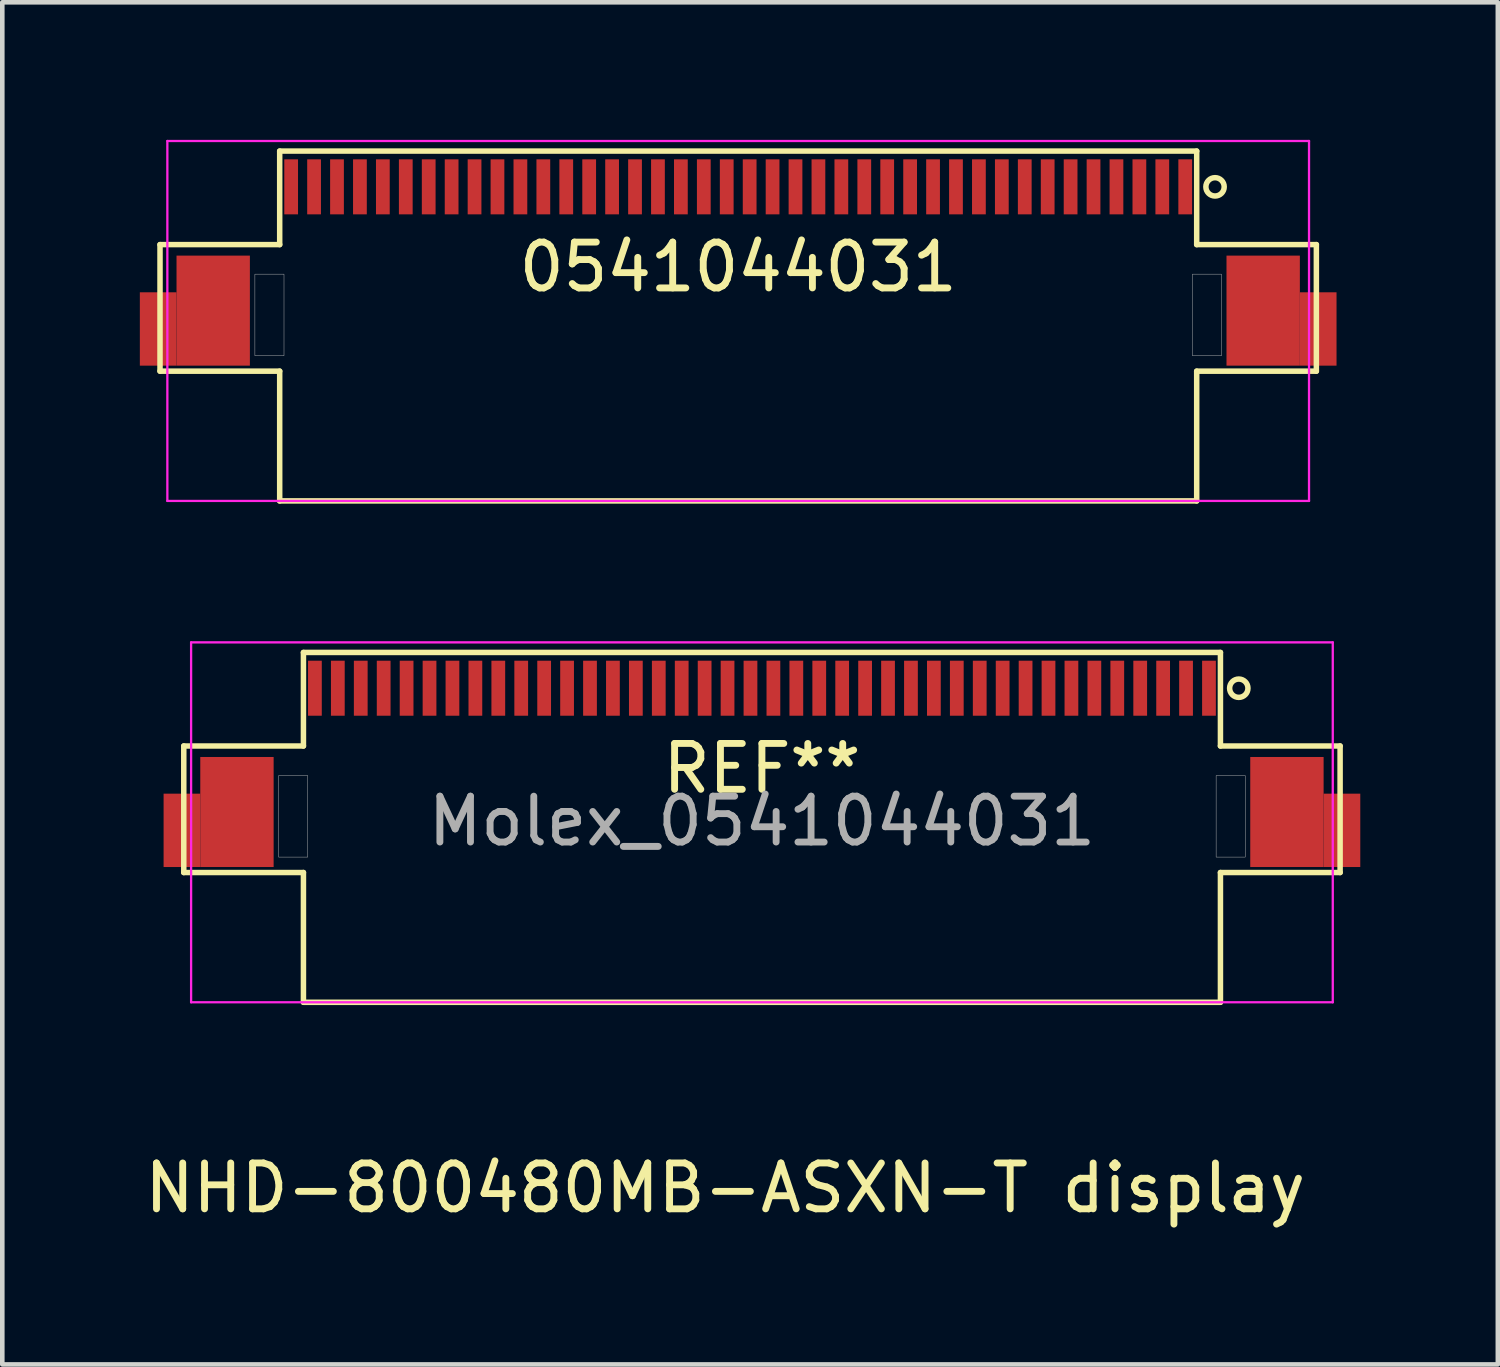
<source format=kicad_pcb>
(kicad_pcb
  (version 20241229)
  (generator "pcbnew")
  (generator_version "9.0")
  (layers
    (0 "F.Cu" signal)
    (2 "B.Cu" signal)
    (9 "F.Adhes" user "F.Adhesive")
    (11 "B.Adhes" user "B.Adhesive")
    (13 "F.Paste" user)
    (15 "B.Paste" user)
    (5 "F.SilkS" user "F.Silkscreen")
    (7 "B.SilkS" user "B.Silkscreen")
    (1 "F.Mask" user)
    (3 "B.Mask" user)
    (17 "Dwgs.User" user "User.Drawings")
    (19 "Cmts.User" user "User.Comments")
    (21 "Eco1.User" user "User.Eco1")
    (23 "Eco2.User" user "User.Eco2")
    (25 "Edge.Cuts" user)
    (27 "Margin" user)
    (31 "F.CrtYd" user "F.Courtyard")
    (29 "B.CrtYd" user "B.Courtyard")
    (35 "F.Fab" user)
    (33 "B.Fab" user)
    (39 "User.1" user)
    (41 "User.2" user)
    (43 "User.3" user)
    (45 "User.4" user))
  (footprint "NHD-800480MB-ASXN-T display"
    (layer "F.Cu")
    (at 12.768 22.36)
    (property "Reference" "NHD-800480MB-ASXN-T display" (at 0 0.5 0) (layer "F.SilkS") (effects (font (size 1 1) (thickness 0.15))))
    (attr through_hole)
    (fp_line (start -11.81 -9.14) (end -9.2 -9.14) (stroke (width 0.12) (type solid)) (layer "F.SilkS"))
    (fp_line (start -11.81 -6.38) (end -11.81 -9.14) (stroke (width 0.12) (type solid)) (layer "F.SilkS"))
    (fp_line (start -9.2 -11.18) (end 10.8 -11.18) (stroke (width 0.12) (type solid)) (layer "F.SilkS"))
    (fp_line (start -9.2 -9.14) (end -9.2 -11.18) (stroke (width 0.12) (type solid)) (layer "F.SilkS"))
    (fp_line (start -9.2 -6.38) (end -11.81 -6.38) (stroke (width 0.12) (type solid)) (layer "F.SilkS"))
    (fp_line (start -9.2 -3.55) (end -9.2 -6.38) (stroke (width 0.12) (type solid)) (layer "F.SilkS"))
    (fp_line (start -9.2 -3.55) (end 10.8 -3.55) (stroke (width 0.12) (type solid)) (layer "F.SilkS"))
    (fp_line (start 10.8 -9.14) (end 10.8 -11.18) (stroke (width 0.12) (type solid)) (layer "F.SilkS"))
    (fp_line (start 10.8 -6.38) (end 13.41 -6.38) (stroke (width 0.12) (type solid)) (layer "F.SilkS"))
    (fp_line (start 10.8 -3.55) (end 10.8 -6.38) (stroke (width 0.12) (type solid)) (layer "F.SilkS"))
    (fp_line (start 13.41 -9.14) (end 10.8 -9.14) (stroke (width 0.12) (type solid)) (layer "F.SilkS"))
    (fp_line (start 13.41 -6.38) (end 13.41 -9.14) (stroke (width 0.12) (type solid)) (layer "F.SilkS"))
    (fp_circle (center 11.2 -10.4) (end 11.4 -10.4) (stroke (width 0.12) (type solid)) (fill no) (layer "F.SilkS"))
    (fp_line (start -11.65 -11.4) (end -11.65 -3.55) (stroke (width 0.05) (type solid)) (layer "F.CrtYd"))
    (fp_line (start -11.65 -11.4) (end 13.25 -11.4) (stroke (width 0.05) (type solid)) (layer "F.CrtYd"))
    (fp_line (start -11.65 -3.55) (end 13.25 -3.55) (stroke (width 0.05) (type solid)) (layer "F.CrtYd"))
    (fp_line (start 13.25 -11.4) (end 13.25 -3.55) (stroke (width 0.05) (type solid)) (layer "F.CrtYd"))
    (fp_poly (pts (xy -9.106 -6.717) (xy -9.741 -6.717) (xy -9.741 -8.495) (xy -9.106 -8.495)) (stroke (width 0.01) (type solid)) (fill no) (layer "F.Fab"))
    (fp_poly (pts (xy 11.341 -6.717) (xy 10.706 -6.717) (xy 10.706 -8.495) (xy 11.341 -8.495)) (stroke (width 0.01) (type solid)) (fill no) (layer "F.Fab"))
    (fp_text user "REF**" (at 0.8 -8.65 0) (layer "F.SilkS") (effects (font (size 1 1) (thickness 0.15))))
    (fp_text user "Molex_0541044031" (at 0.8 -7.5 0) (layer "F.Fab") (effects (font (size 1 1) (thickness 0.15))))
    (pad "0" smd rect (at -11.85 -7.3) (size 0.8 1.6) (layers "F.Cu" "F.Mask" "F.Paste"))
    (pad "0" smd rect (at -10.65 -7.7) (size 1.6 2.4) (layers "F.Cu" "F.Mask" "F.Paste"))
    (pad "0" smd rect (at 12.25 -7.7) (size 1.6 2.4) (layers "F.Cu" "F.Mask" "F.Paste"))
    (pad "0" smd rect (at 13.45 -7.3) (size 0.8 1.6) (layers "F.Cu" "F.Mask" "F.Paste"))
    (pad "1" smd rect (at 10.55 -10.4 180) (size 0.3 1.2) (layers "F.Cu" "F.Mask" "F.Paste"))
    (pad "2" smd rect (at 10.05 -10.4 180) (size 0.3 1.2) (layers "F.Cu" "F.Mask" "F.Paste"))
    (pad "3" smd rect (at 9.55 -10.4 180) (size 0.3 1.2) (layers "F.Cu" "F.Mask" "F.Paste"))
    (pad "4" smd rect (at 9.05 -10.4 180) (size 0.3 1.2) (layers "F.Cu" "F.Mask" "F.Paste"))
    (pad "5" smd rect (at 8.55 -10.4 180) (size 0.3 1.2) (layers "F.Cu" "F.Mask" "F.Paste"))
    (pad "6" smd rect (at 8.05 -10.4 180) (size 0.3 1.2) (layers "F.Cu" "F.Mask" "F.Paste"))
    (pad "7" smd rect (at 7.55 -10.4 180) (size 0.3 1.2) (layers "F.Cu" "F.Mask" "F.Paste"))
    (pad "8" smd rect (at 7.05 -10.4 180) (size 0.3 1.2) (layers "F.Cu" "F.Mask" "F.Paste"))
    (pad "9" smd rect (at 6.55 -10.4 180) (size 0.3 1.2) (layers "F.Cu" "F.Mask" "F.Paste"))
    (pad "10" smd rect (at 6.05 -10.4 180) (size 0.3 1.2) (layers "F.Cu" "F.Mask" "F.Paste"))
    (pad "11" smd rect (at 5.55 -10.4 180) (size 0.3 1.2) (layers "F.Cu" "F.Mask" "F.Paste"))
    (pad "12" smd rect (at 5.05 -10.4 180) (size 0.3 1.2) (layers "F.Cu" "F.Mask" "F.Paste"))
    (pad "13" smd rect (at 4.55 -10.4 180) (size 0.3 1.2) (layers "F.Cu" "F.Mask" "F.Paste"))
    (pad "14" smd rect (at 4.05 -10.4 180) (size 0.3 1.2) (layers "F.Cu" "F.Mask" "F.Paste"))
    (pad "15" smd rect (at 3.55 -10.4 180) (size 0.3 1.2) (layers "F.Cu" "F.Mask" "F.Paste"))
    (pad "16" smd rect (at 3.05 -10.4 180) (size 0.3 1.2) (layers "F.Cu" "F.Mask" "F.Paste"))
    (pad "17" smd rect (at 2.55 -10.4 180) (size 0.3 1.2) (layers "F.Cu" "F.Mask" "F.Paste"))
    (pad "18" smd rect (at 2.05 -10.4 180) (size 0.3 1.2) (layers "F.Cu" "F.Mask" "F.Paste"))
    (pad "19" smd rect (at 1.55 -10.4 180) (size 0.3 1.2) (layers "F.Cu" "F.Mask" "F.Paste"))
    (pad "20" smd rect (at 1.05 -10.4 180) (size 0.3 1.2) (layers "F.Cu" "F.Mask" "F.Paste"))
    (pad "21" smd rect (at 0.55 -10.4 180) (size 0.3 1.2) (layers "F.Cu" "F.Mask" "F.Paste"))
    (pad "22" smd rect (at 0.05 -10.4 180) (size 0.3 1.2) (layers "F.Cu" "F.Mask" "F.Paste"))
    (pad "23" smd rect (at -0.45 -10.4 180) (size 0.3 1.2) (layers "F.Cu" "F.Mask" "F.Paste"))
    (pad "24" smd rect (at -0.95 -10.4 180) (size 0.3 1.2) (layers "F.Cu" "F.Mask" "F.Paste"))
    (pad "25" smd rect (at -1.45 -10.4 180) (size 0.3 1.2) (layers "F.Cu" "F.Mask" "F.Paste"))
    (pad "26" smd rect (at -1.95 -10.4 180) (size 0.3 1.2) (layers "F.Cu" "F.Mask" "F.Paste"))
    (pad "27" smd rect (at -2.45 -10.4 180) (size 0.3 1.2) (layers "F.Cu" "F.Mask" "F.Paste"))
    (pad "28" smd rect (at -2.95 -10.4 180) (size 0.3 1.2) (layers "F.Cu" "F.Mask" "F.Paste"))
    (pad "29" smd rect (at -3.45 -10.4 180) (size 0.3 1.2) (layers "F.Cu" "F.Mask" "F.Paste"))
    (pad "30" smd rect (at -3.95 -10.4 180) (size 0.3 1.2) (layers "F.Cu" "F.Mask" "F.Paste"))
    (pad "31" smd rect (at -4.45 -10.4 180) (size 0.3 1.2) (layers "F.Cu" "F.Mask" "F.Paste"))
    (pad "32" smd rect (at -4.95 -10.4 180) (size 0.3 1.2) (layers "F.Cu" "F.Mask" "F.Paste"))
    (pad "33" smd rect (at -5.45 -10.4 180) (size 0.3 1.2) (layers "F.Cu" "F.Mask" "F.Paste"))
    (pad "34" smd rect (at -5.95 -10.4 180) (size 0.3 1.2) (layers "F.Cu" "F.Mask" "F.Paste"))
    (pad "35" smd rect (at -6.45 -10.4 180) (size 0.3 1.2) (layers "F.Cu" "F.Mask" "F.Paste"))
    (pad "36" smd rect (at -6.95 -10.4 180) (size 0.3 1.2) (layers "F.Cu" "F.Mask" "F.Paste"))
    (pad "37" smd rect (at -7.45 -10.4 180) (size 0.3 1.2) (layers "F.Cu" "F.Mask" "F.Paste"))
    (pad "38" smd rect (at -7.95 -10.4 180) (size 0.3 1.2) (layers "F.Cu" "F.Mask" "F.Paste"))
    (pad "39" smd rect (at -8.45 -10.4 180) (size 0.3 1.2) (layers "F.Cu" "F.Mask" "F.Paste"))
    (pad "40" smd rect (at -8.95 -10.4 180) (size 0.3 1.2) (layers "F.Cu" "F.Mask" "F.Paste")))
  (footprint "0541044031"
    (layer "F.Cu")
    (at 13.05 1.025)
    (property "Reference" "0541044031" (at 0 1.75 0) (layer "F.SilkS") (effects (font (size 1 1) (thickness 0.15))))
    (attr smd)
    (fp_line (start -12.61 1.26) (end -10 1.26) (stroke (width 0.12) (type solid)) (layer "F.SilkS"))
    (fp_line (start -12.61 4.02) (end -12.61 1.26) (stroke (width 0.12) (type solid)) (layer "F.SilkS"))
    (fp_line (start -10 -0.78) (end 10 -0.78) (stroke (width 0.12) (type solid)) (layer "F.SilkS"))
    (fp_line (start -10 1.26) (end -10 -0.78) (stroke (width 0.12) (type solid)) (layer "F.SilkS"))
    (fp_line (start -10 4.02) (end -12.61 4.02) (stroke (width 0.12) (type solid)) (layer "F.SilkS"))
    (fp_line (start -10 6.85) (end -10 4.02) (stroke (width 0.12) (type solid)) (layer "F.SilkS"))
    (fp_line (start -10 6.85) (end 10 6.85) (stroke (width 0.12) (type solid)) (layer "F.SilkS"))
    (fp_line (start 10 1.26) (end 10 -0.78) (stroke (width 0.12) (type solid)) (layer "F.SilkS"))
    (fp_line (start 10 4.02) (end 12.61 4.02) (stroke (width 0.12) (type solid)) (layer "F.SilkS"))
    (fp_line (start 10 6.85) (end 10 4.02) (stroke (width 0.12) (type solid)) (layer "F.SilkS"))
    (fp_line (start 12.61 1.26) (end 10 1.26) (stroke (width 0.12) (type solid)) (layer "F.SilkS"))
    (fp_line (start 12.61 4.02) (end 12.61 1.26) (stroke (width 0.12) (type solid)) (layer "F.SilkS"))
    (fp_circle (center 10.4 0) (end 10.6 0) (stroke (width 0.12) (type solid)) (fill no) (layer "F.SilkS"))
    (fp_line (start -12.45 -1) (end -12.45 6.85) (stroke (width 0.05) (type solid)) (layer "F.CrtYd"))
    (fp_line (start -12.45 -1) (end 12.45 -1) (stroke (width 0.05) (type solid)) (layer "F.CrtYd"))
    (fp_line (start -12.45 6.85) (end 12.45 6.85) (stroke (width 0.05) (type solid)) (layer "F.CrtYd"))
    (fp_line (start 12.45 -1) (end 12.45 6.85) (stroke (width 0.05) (type solid)) (layer "F.CrtYd"))
    (fp_poly (pts (xy -9.906 3.683) (xy -10.541 3.683) (xy -10.541 1.905) (xy -9.906 1.905)) (stroke (width 0.01) (type solid)) (fill no) (layer "F.Fab"))
    (fp_poly (pts (xy 10.541 3.683) (xy 9.906 3.683) (xy 9.906 1.905) (xy 10.541 1.905)) (stroke (width 0.01) (type solid)) (fill no) (layer "F.Fab"))
    (pad "0" smd rect (at -12.65 3.1) (size 0.8 1.6) (layers "F.Cu" "F.Mask" "F.Paste"))
    (pad "0" smd rect (at -11.45 2.7) (size 1.6 2.4) (layers "F.Cu" "F.Mask" "F.Paste"))
    (pad "0" smd rect (at 11.45 2.7) (size 1.6 2.4) (layers "F.Cu" "F.Mask" "F.Paste"))
    (pad "0" smd rect (at 12.65 3.1) (size 0.8 1.6) (layers "F.Cu" "F.Mask" "F.Paste"))
    (pad "1" smd rect (at 9.75 0 180) (size 0.3 1.2) (layers "F.Cu" "F.Mask" "F.Paste"))
    (pad "2" smd rect (at 9.25 0 180) (size 0.3 1.2) (layers "F.Cu" "F.Mask" "F.Paste"))
    (pad "3" smd rect (at 8.75 0 180) (size 0.3 1.2) (layers "F.Cu" "F.Mask" "F.Paste"))
    (pad "4" smd rect (at 8.25 0 180) (size 0.3 1.2) (layers "F.Cu" "F.Mask" "F.Paste"))
    (pad "5" smd rect (at 7.75 0 180) (size 0.3 1.2) (layers "F.Cu" "F.Mask" "F.Paste"))
    (pad "6" smd rect (at 7.25 0 180) (size 0.3 1.2) (layers "F.Cu" "F.Mask" "F.Paste"))
    (pad "7" smd rect (at 6.75 0 180) (size 0.3 1.2) (layers "F.Cu" "F.Mask" "F.Paste"))
    (pad "8" smd rect (at 6.25 0 180) (size 0.3 1.2) (layers "F.Cu" "F.Mask" "F.Paste"))
    (pad "9" smd rect (at 5.75 0 180) (size 0.3 1.2) (layers "F.Cu" "F.Mask" "F.Paste"))
    (pad "10" smd rect (at 5.25 0 180) (size 0.3 1.2) (layers "F.Cu" "F.Mask" "F.Paste"))
    (pad "11" smd rect (at 4.75 0 180) (size 0.3 1.2) (layers "F.Cu" "F.Mask" "F.Paste"))
    (pad "12" smd rect (at 4.25 0 180) (size 0.3 1.2) (layers "F.Cu" "F.Mask" "F.Paste"))
    (pad "13" smd rect (at 3.75 0 180) (size 0.3 1.2) (layers "F.Cu" "F.Mask" "F.Paste"))
    (pad "14" smd rect (at 3.25 0 180) (size 0.3 1.2) (layers "F.Cu" "F.Mask" "F.Paste"))
    (pad "15" smd rect (at 2.75 0 180) (size 0.3 1.2) (layers "F.Cu" "F.Mask" "F.Paste"))
    (pad "16" smd rect (at 2.25 0 180) (size 0.3 1.2) (layers "F.Cu" "F.Mask" "F.Paste"))
    (pad "17" smd rect (at 1.75 0 180) (size 0.3 1.2) (layers "F.Cu" "F.Mask" "F.Paste"))
    (pad "18" smd rect (at 1.25 0 180) (size 0.3 1.2) (layers "F.Cu" "F.Mask" "F.Paste"))
    (pad "19" smd rect (at 0.75 0 180) (size 0.3 1.2) (layers "F.Cu" "F.Mask" "F.Paste"))
    (pad "20" smd rect (at 0.25 0 180) (size 0.3 1.2) (layers "F.Cu" "F.Mask" "F.Paste"))
    (pad "21" smd rect (at -0.25 0 180) (size 0.3 1.2) (layers "F.Cu" "F.Mask" "F.Paste"))
    (pad "22" smd rect (at -0.75 0 180) (size 0.3 1.2) (layers "F.Cu" "F.Mask" "F.Paste"))
    (pad "23" smd rect (at -1.25 0 180) (size 0.3 1.2) (layers "F.Cu" "F.Mask" "F.Paste"))
    (pad "24" smd rect (at -1.75 0 180) (size 0.3 1.2) (layers "F.Cu" "F.Mask" "F.Paste"))
    (pad "25" smd rect (at -2.25 0 180) (size 0.3 1.2) (layers "F.Cu" "F.Mask" "F.Paste"))
    (pad "26" smd rect (at -2.75 0 180) (size 0.3 1.2) (layers "F.Cu" "F.Mask" "F.Paste"))
    (pad "27" smd rect (at -3.25 0 180) (size 0.3 1.2) (layers "F.Cu" "F.Mask" "F.Paste"))
    (pad "28" smd rect (at -3.75 0 180) (size 0.3 1.2) (layers "F.Cu" "F.Mask" "F.Paste"))
    (pad "29" smd rect (at -4.25 0 180) (size 0.3 1.2) (layers "F.Cu" "F.Mask" "F.Paste"))
    (pad "30" smd rect (at -4.75 0 180) (size 0.3 1.2) (layers "F.Cu" "F.Mask" "F.Paste"))
    (pad "31" smd rect (at -5.25 0 180) (size 0.3 1.2) (layers "F.Cu" "F.Mask" "F.Paste"))
    (pad "32" smd rect (at -5.75 0 180) (size 0.3 1.2) (layers "F.Cu" "F.Mask" "F.Paste"))
    (pad "33" smd rect (at -6.25 0 180) (size 0.3 1.2) (layers "F.Cu" "F.Mask" "F.Paste"))
    (pad "34" smd rect (at -6.75 0 180) (size 0.3 1.2) (layers "F.Cu" "F.Mask" "F.Paste"))
    (pad "35" smd rect (at -7.25 0 180) (size 0.3 1.2) (layers "F.Cu" "F.Mask" "F.Paste"))
    (pad "36" smd rect (at -7.75 0 180) (size 0.3 1.2) (layers "F.Cu" "F.Mask" "F.Paste"))
    (pad "37" smd rect (at -8.25 0 180) (size 0.3 1.2) (layers "F.Cu" "F.Mask" "F.Paste"))
    (pad "38" smd rect (at -8.75 0 180) (size 0.3 1.2) (layers "F.Cu" "F.Mask" "F.Paste"))
    (pad "39" smd rect (at -9.25 0 180) (size 0.3 1.2) (layers "F.Cu" "F.Mask" "F.Paste"))
    (pad "40" smd rect (at -9.75 0 180) (size 0.3 1.2) (layers "F.Cu" "F.Mask" "F.Paste")))
  (gr_rect
    (start -3 -3)
    (end 29.618 26.708)
    (stroke (width 0.1) (type default))
    (fill no)
    (layer "Edge.Cuts")))
</source>
